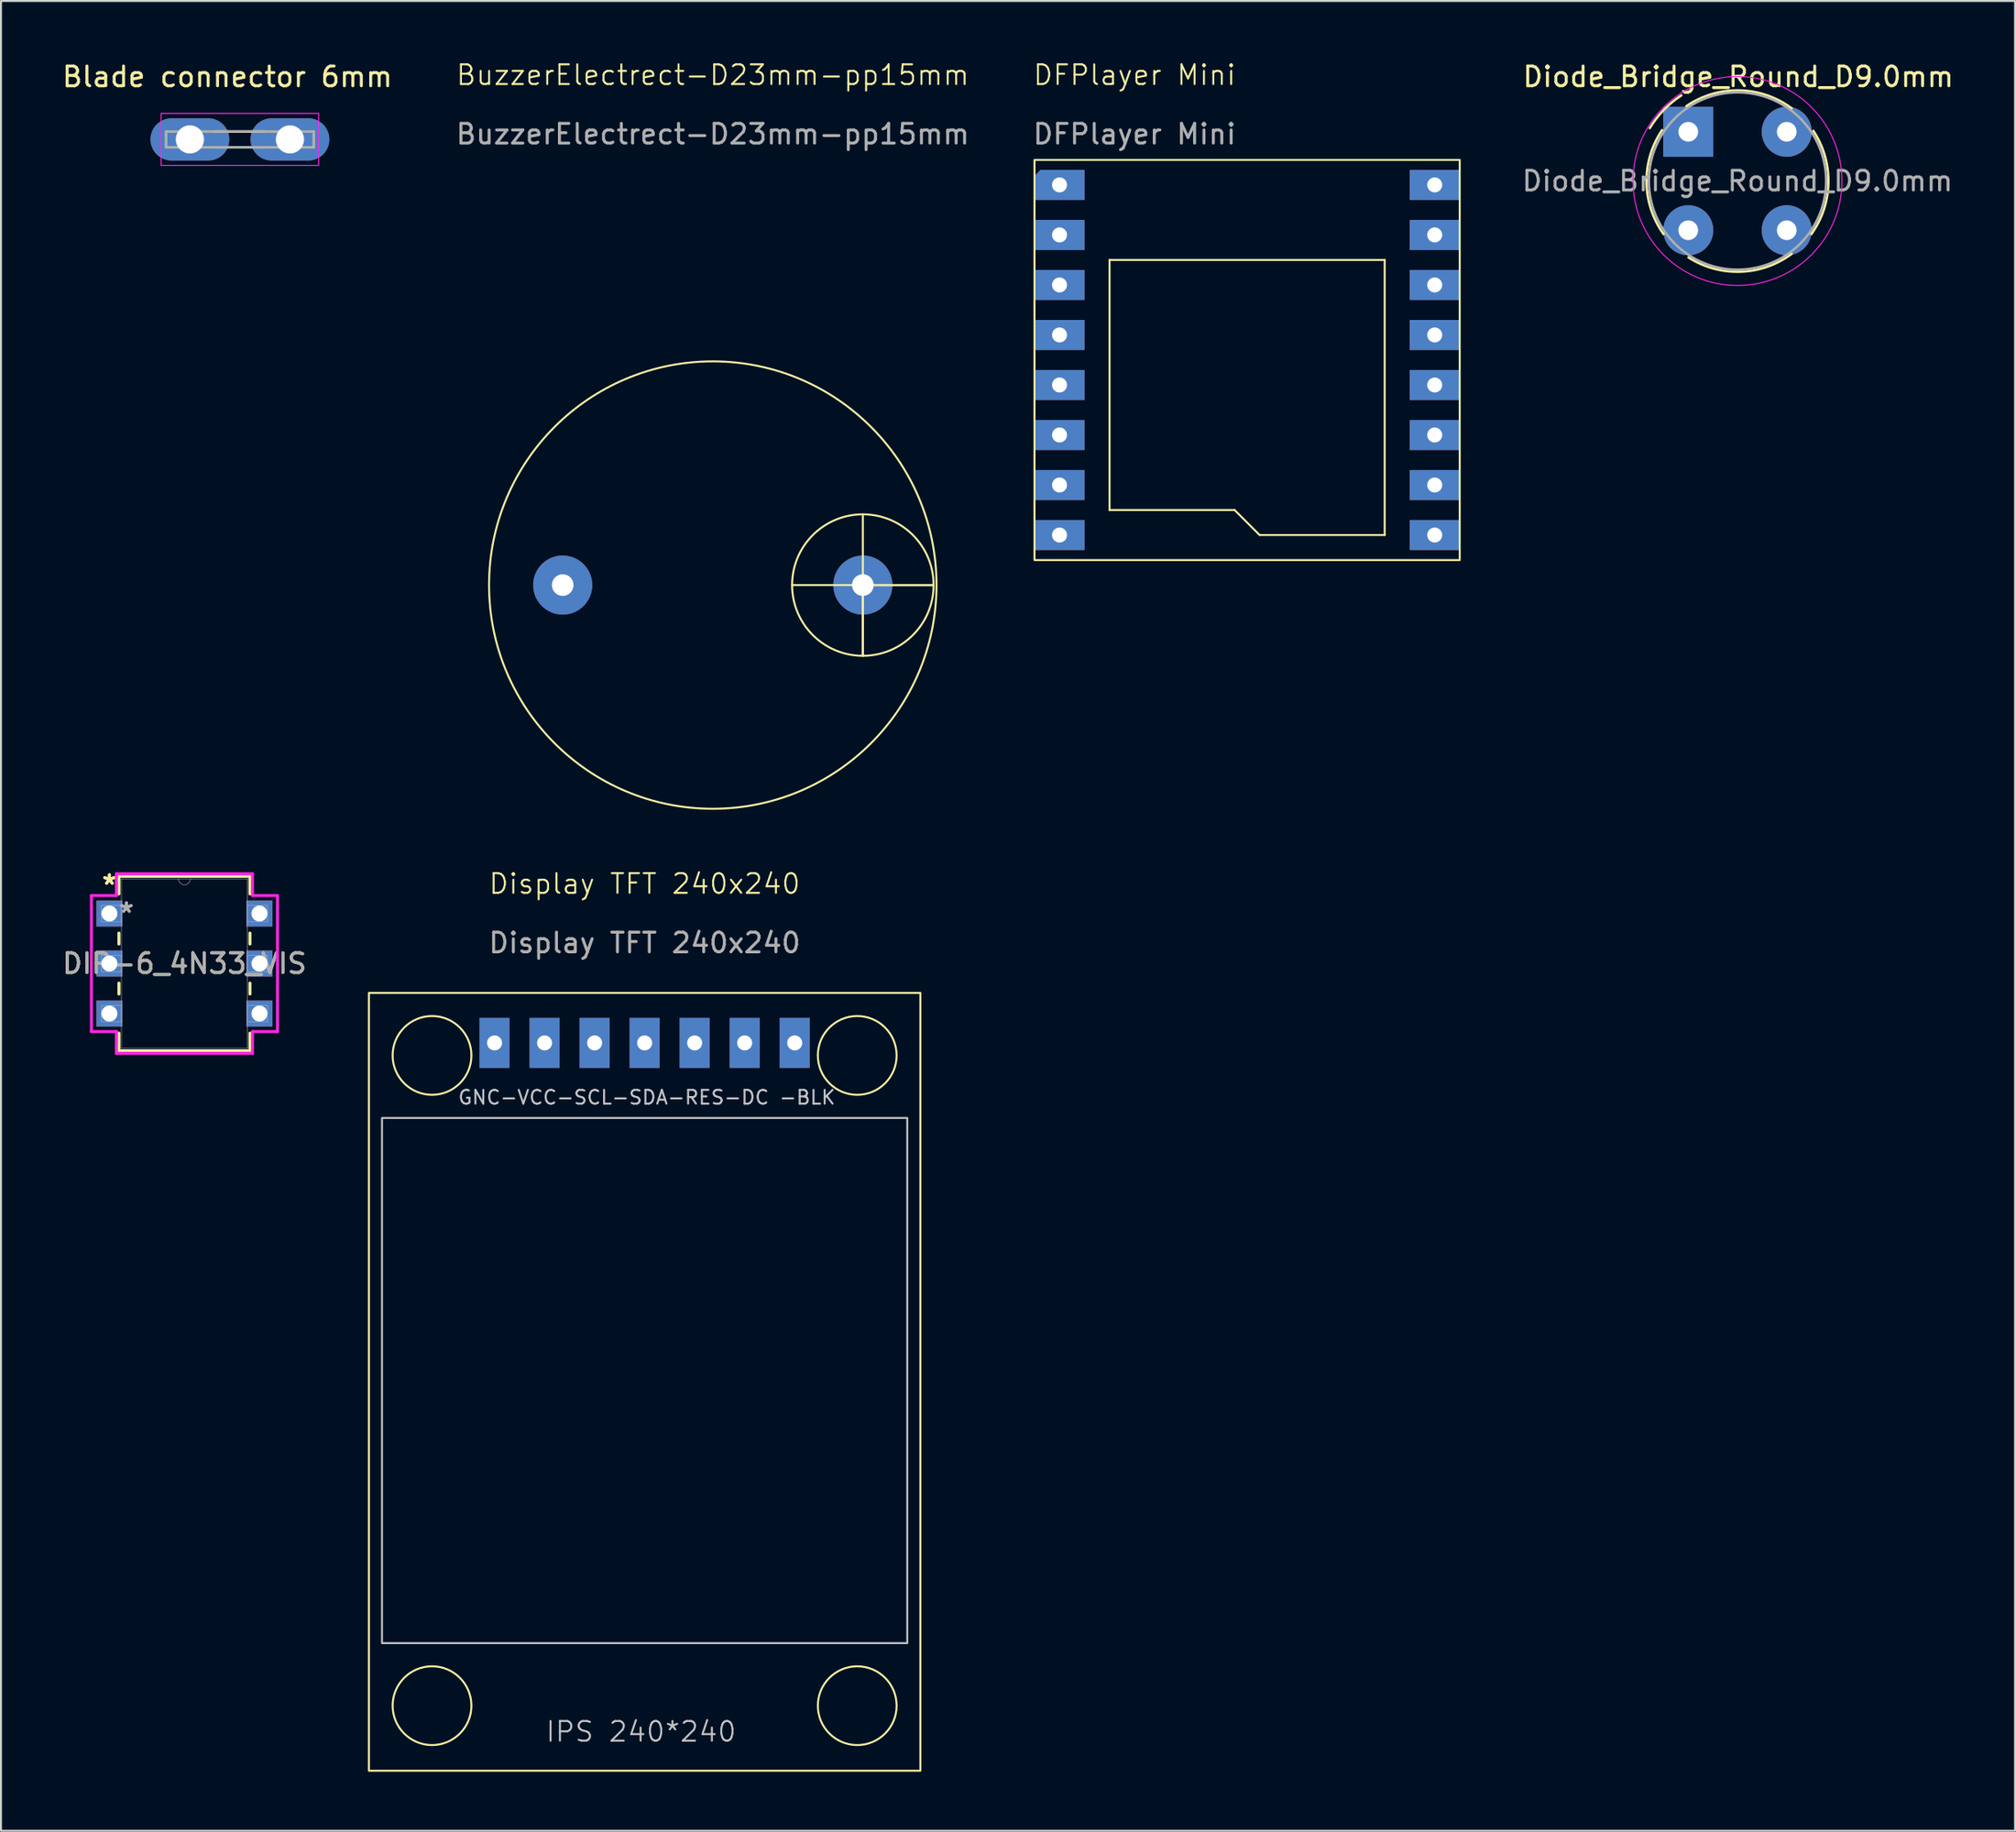
<source format=kicad_pcb>
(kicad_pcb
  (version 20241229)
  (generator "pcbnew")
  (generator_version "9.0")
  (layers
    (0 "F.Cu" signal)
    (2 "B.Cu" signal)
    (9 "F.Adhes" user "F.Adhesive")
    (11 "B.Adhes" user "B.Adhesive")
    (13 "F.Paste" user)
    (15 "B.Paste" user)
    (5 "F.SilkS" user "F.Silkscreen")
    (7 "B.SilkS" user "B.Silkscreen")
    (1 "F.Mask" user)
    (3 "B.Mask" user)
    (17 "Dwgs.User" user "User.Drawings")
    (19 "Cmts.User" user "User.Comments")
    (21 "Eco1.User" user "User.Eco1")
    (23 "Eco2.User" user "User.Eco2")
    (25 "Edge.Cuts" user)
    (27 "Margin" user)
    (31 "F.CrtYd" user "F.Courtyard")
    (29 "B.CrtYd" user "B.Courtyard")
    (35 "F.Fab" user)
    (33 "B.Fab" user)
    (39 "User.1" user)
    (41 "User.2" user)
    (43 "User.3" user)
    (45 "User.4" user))
  (footprint "DFPlayer Mini"
    (layer "F.Cu")
    (at 54.557 1.26)
    (property "Reference" "DFPlayer Mini" (at 0 -0.5 0) (unlocked yes) (layer "F.SilkS") (effects (font (size 1 1) (thickness 0.1))))
    (attr through_hole)
    (fp_line (start -1.27 8.89) (end 12.7 8.89) (stroke (width 0.1) (type default)) (layer "F.SilkS"))
    (fp_line (start -1.27 21.59) (end -1.27 8.89) (stroke (width 0.1) (type default)) (layer "F.SilkS"))
    (fp_line (start 5.08 21.59) (end -1.27 21.59) (stroke (width 0.1) (type default)) (layer "F.SilkS"))
    (fp_line (start 6.35 22.86) (end 5.08 21.59) (stroke (width 0.1) (type default)) (layer "F.SilkS"))
    (fp_line (start 12.7 8.89) (end 12.7 22.86) (stroke (width 0.1) (type default)) (layer "F.SilkS"))
    (fp_line (start 12.7 22.86) (end 6.35 22.86) (stroke (width 0.1) (type default)) (layer "F.SilkS"))
    (fp_rect (start -5.08 3.81) (end 16.51 24.13) (stroke (width 0.1) (type default)) (fill no) (layer "F.SilkS"))
    (fp_text user "${REFERENCE}" (at 0 2.5 0) (unlocked yes) (layer "F.Fab") (effects (font (size 1 1) (thickness 0.15))))
    (pad "1" thru_hole roundrect (at -3.81 5.08) (size 2.54 1.524) (drill 0.762) (layers "*.Cu" "*.Mask") (roundrect_rratio 0) (chamfer_ratio 0.2) (chamfer top_left))
    (pad "2" thru_hole rect (at -3.81 7.62) (size 2.54 1.524) (drill 0.762) (layers "*.Cu" "*.Mask"))
    (pad "3" thru_hole rect (at -3.81 10.16) (size 2.54 1.524) (drill 0.762) (layers "*.Cu" "*.Mask"))
    (pad "4" thru_hole rect (at -3.81 12.7) (size 2.54 1.524) (drill 0.762) (layers "*.Cu" "*.Mask"))
    (pad "5" thru_hole rect (at -3.81 15.24) (size 2.54 1.524) (drill 0.762) (layers "*.Cu" "*.Mask"))
    (pad "6" thru_hole rect (at -3.81 17.78) (size 2.54 1.524) (drill 0.762) (layers "*.Cu" "*.Mask"))
    (pad "7" thru_hole rect (at -3.81 20.32) (size 2.54 1.524) (drill 0.762) (layers "*.Cu" "*.Mask"))
    (pad "8" thru_hole rect (at -3.81 22.86) (size 2.54 1.524) (drill 0.762) (layers "*.Cu" "*.Mask"))
    (pad "9" thru_hole rect (at 15.24 22.86) (size 2.54 1.524) (drill 0.762) (layers "*.Cu" "*.Mask"))
    (pad "10" thru_hole rect (at 15.24 20.32) (size 2.54 1.524) (drill 0.762) (layers "*.Cu" "*.Mask"))
    (pad "11" thru_hole rect (at 15.24 17.78) (size 2.54 1.524) (drill 0.762) (layers "*.Cu" "*.Mask"))
    (pad "12" thru_hole rect (at 15.24 15.24) (size 2.54 1.524) (drill 0.762) (layers "*.Cu" "*.Mask"))
    (pad "13" thru_hole rect (at 15.24 12.7) (size 2.54 1.524) (drill 0.762) (layers "*.Cu" "*.Mask"))
    (pad "14" thru_hole rect (at 15.24 10.16) (size 2.54 1.524) (drill 0.762) (layers "*.Cu" "*.Mask"))
    (pad "15" thru_hole rect (at 15.24 7.62) (size 2.54 1.524) (drill 0.762) (layers "*.Cu" "*.Mask"))
    (pad "16" thru_hole rect (at 15.24 5.08) (size 2.54 1.524) (drill 0.762) (layers "*.Cu" "*.Mask")))
  (footprint "Display TFT 240x240"
    (layer "F.Cu")
    (at 29.681 47.37)
    (property "Reference" "Display TFT 240x240" (at 0 -5.54 0) (unlocked yes) (layer "F.SilkS") (effects (font (size 1 1) (thickness 0.1))))
    (attr through_hole)
    (fp_rect (start -14 0) (end 14 39.5) (stroke (width 0.1) (type default)) (fill no) (layer "F.SilkS"))
    (fp_circle (center -10.795 3.175) (end -8.795 3.175) (stroke (width 0.1) (type default)) (fill no) (layer "F.SilkS"))
    (fp_circle (center -10.795 36.195) (end -8.795 36.195) (stroke (width 0.1) (type default)) (fill no) (layer "F.SilkS"))
    (fp_circle (center 10.795 3.175) (end 12.795 3.175) (stroke (width 0.1) (type default)) (fill no) (layer "F.SilkS"))
    (fp_circle (center 10.795 36.195) (end 12.795 36.195) (stroke (width 0.1) (type default)) (fill no) (layer "F.SilkS"))
    (fp_rect (start -13.335 6.35) (end 13.335 33.02) (stroke (width 0.1) (type default)) (fill no) (layer "Dwgs.User"))
    (fp_text user "IPS 240*240" (at -5.08 38.1 0) (unlocked yes) (layer "Dwgs.User") (effects (font (size 1 1) (thickness 0.1)) (justify left bottom)))
    (fp_text user "GNC-VCC-SCL-SDA-RES-DC -BLK" (at -9.525 5.715 0) (unlocked yes) (layer "Dwgs.User") (effects (font (size 0.7 0.7) (thickness 0.1)) (justify left bottom)))
    (fp_text user "${REFERENCE}" (at 0 -2.54 0) (unlocked yes) (layer "F.Fab") (effects (font (size 1 1) (thickness 0.15))))
    (pad "1" thru_hole rect (at -7.62 2.54) (size 1.524 2.54) (drill 0.762) (layers "*.Cu" "*.Mask"))
    (pad "2" thru_hole rect (at -5.08 2.54) (size 1.524 2.54) (drill 0.762) (layers "*.Cu" "*.Mask"))
    (pad "3" thru_hole rect (at -2.54 2.54) (size 1.524 2.54) (drill 0.762) (layers "*.Cu" "*.Mask"))
    (pad "4" thru_hole rect (at 0 2.54) (size 1.524 2.54) (drill 0.762) (layers "*.Cu" "*.Mask"))
    (pad "5" thru_hole rect (at 2.54 2.54) (size 1.524 2.54) (drill 0.762) (layers "*.Cu" "*.Mask"))
    (pad "6" thru_hole rect (at 5.08 2.54) (size 1.524 2.54) (drill 0.762) (layers "*.Cu" "*.Mask"))
    (pad "7" thru_hole rect (at 7.62 2.54) (size 1.524 2.54) (drill 0.762) (layers "*.Cu" "*.Mask")))
  (footprint "DIP-6_4N33_VIS"
    (layer "F.Cu")
    (at 2.505 43.34)
    (property "Reference" "DIP-6_4N33_VIS" (at 3.81 2.54 0) (unlocked yes) (layer "F.SilkS") (effects (font (size 1 1) (thickness 0.15))))
    (attr through_hole)
    (fp_line (start 0.483 -1.892) (end 0.483 -0.993) (stroke (width 0.152) (type solid)) (layer "F.SilkS"))
    (fp_line (start 0.483 0.993) (end 0.483 1.547) (stroke (width 0.152) (type solid)) (layer "F.SilkS"))
    (fp_line (start 0.483 3.533) (end 0.483 4.087) (stroke (width 0.152) (type solid)) (layer "F.SilkS"))
    (fp_line (start 0.483 6.073) (end 0.483 6.972) (stroke (width 0.152) (type solid)) (layer "F.SilkS"))
    (fp_line (start 0.483 6.972) (end 7.137 6.972) (stroke (width 0.152) (type solid)) (layer "F.SilkS"))
    (fp_line (start 7.137 -1.892) (end 0.483 -1.892) (stroke (width 0.152) (type solid)) (layer "F.SilkS"))
    (fp_line (start 7.137 -0.993) (end 7.137 -1.892) (stroke (width 0.152) (type solid)) (layer "F.SilkS"))
    (fp_line (start 7.137 1.547) (end 7.137 0.993) (stroke (width 0.152) (type solid)) (layer "F.SilkS"))
    (fp_line (start 7.137 4.087) (end 7.137 3.533) (stroke (width 0.152) (type solid)) (layer "F.SilkS"))
    (fp_line (start 7.137 6.972) (end 7.137 6.073) (stroke (width 0.152) (type solid)) (layer "F.SilkS"))
    (fp_line (start -0.914 -0.914) (end 0.356 -0.914) (stroke (width 0.152) (type solid)) (layer "F.CrtYd"))
    (fp_line (start -0.914 5.994) (end -0.914 -0.914) (stroke (width 0.152) (type solid)) (layer "F.CrtYd"))
    (fp_line (start 0.356 -2.019) (end 7.264 -2.019) (stroke (width 0.152) (type solid)) (layer "F.CrtYd"))
    (fp_line (start 0.356 -0.914) (end 0.356 -2.019) (stroke (width 0.152) (type solid)) (layer "F.CrtYd"))
    (fp_line (start 0.356 5.994) (end -0.914 5.994) (stroke (width 0.152) (type solid)) (layer "F.CrtYd"))
    (fp_line (start 0.356 7.099) (end 0.356 5.994) (stroke (width 0.152) (type solid)) (layer "F.CrtYd"))
    (fp_line (start 7.264 -2.019) (end 7.264 -0.914) (stroke (width 0.152) (type solid)) (layer "F.CrtYd"))
    (fp_line (start 7.264 5.994) (end 7.264 7.099) (stroke (width 0.152) (type solid)) (layer "F.CrtYd"))
    (fp_line (start 7.264 7.099) (end 0.356 7.099) (stroke (width 0.152) (type solid)) (layer "F.CrtYd"))
    (fp_line (start 8.534 -0.914) (end 7.264 -0.914) (stroke (width 0.152) (type solid)) (layer "F.CrtYd"))
    (fp_line (start 8.534 -0.914) (end 8.534 5.994) (stroke (width 0.152) (type solid)) (layer "F.CrtYd"))
    (fp_line (start 8.534 5.994) (end 7.264 5.994) (stroke (width 0.152) (type solid)) (layer "F.CrtYd"))
    (fp_line (start -0.406 -0.406) (end -0.406 0.406) (stroke (width 0.025) (type solid)) (layer "F.Fab"))
    (fp_line (start -0.406 0.406) (end 0.61 0.406) (stroke (width 0.025) (type solid)) (layer "F.Fab"))
    (fp_line (start -0.406 2.134) (end -0.406 2.946) (stroke (width 0.025) (type solid)) (layer "F.Fab"))
    (fp_line (start -0.406 2.946) (end 0.61 2.946) (stroke (width 0.025) (type solid)) (layer "F.Fab"))
    (fp_line (start -0.406 4.674) (end -0.406 5.486) (stroke (width 0.025) (type solid)) (layer "F.Fab"))
    (fp_line (start -0.406 5.486) (end 0.61 5.486) (stroke (width 0.025) (type solid)) (layer "F.Fab"))
    (fp_line (start 0.61 -1.765) (end 0.61 6.845) (stroke (width 0.025) (type solid)) (layer "F.Fab"))
    (fp_line (start 0.61 -0.406) (end -0.406 -0.406) (stroke (width 0.025) (type solid)) (layer "F.Fab"))
    (fp_line (start 0.61 0.406) (end 0.61 -0.406) (stroke (width 0.025) (type solid)) (layer "F.Fab"))
    (fp_line (start 0.61 2.134) (end -0.406 2.134) (stroke (width 0.025) (type solid)) (layer "F.Fab"))
    (fp_line (start 0.61 2.946) (end 0.61 2.134) (stroke (width 0.025) (type solid)) (layer "F.Fab"))
    (fp_line (start 0.61 4.674) (end -0.406 4.674) (stroke (width 0.025) (type solid)) (layer "F.Fab"))
    (fp_line (start 0.61 5.486) (end 0.61 4.674) (stroke (width 0.025) (type solid)) (layer "F.Fab"))
    (fp_line (start 0.61 6.845) (end 7.01 6.845) (stroke (width 0.025) (type solid)) (layer "F.Fab"))
    (fp_line (start 7.01 -1.765) (end 0.61 -1.765) (stroke (width 0.025) (type solid)) (layer "F.Fab"))
    (fp_line (start 7.01 -0.406) (end 7.01 0.406) (stroke (width 0.025) (type solid)) (layer "F.Fab"))
    (fp_line (start 7.01 0.406) (end 8.026 0.406) (stroke (width 0.025) (type solid)) (layer "F.Fab"))
    (fp_line (start 7.01 2.134) (end 7.01 2.946) (stroke (width 0.025) (type solid)) (layer "F.Fab"))
    (fp_line (start 7.01 2.946) (end 8.026 2.946) (stroke (width 0.025) (type solid)) (layer "F.Fab"))
    (fp_line (start 7.01 4.674) (end 7.01 5.486) (stroke (width 0.025) (type solid)) (layer "F.Fab"))
    (fp_line (start 7.01 5.486) (end 8.026 5.486) (stroke (width 0.025) (type solid)) (layer "F.Fab"))
    (fp_line (start 7.01 6.845) (end 7.01 -1.765) (stroke (width 0.025) (type solid)) (layer "F.Fab"))
    (fp_line (start 8.026 -0.406) (end 7.01 -0.406) (stroke (width 0.025) (type solid)) (layer "F.Fab"))
    (fp_line (start 8.026 0.406) (end 8.026 -0.406) (stroke (width 0.025) (type solid)) (layer "F.Fab"))
    (fp_line (start 8.026 2.134) (end 7.01 2.134) (stroke (width 0.025) (type solid)) (layer "F.Fab"))
    (fp_line (start 8.026 2.946) (end 8.026 2.134) (stroke (width 0.025) (type solid)) (layer "F.Fab"))
    (fp_line (start 8.026 4.674) (end 7.01 4.674) (stroke (width 0.025) (type solid)) (layer "F.Fab"))
    (fp_line (start 8.026 5.486) (end 8.026 4.674) (stroke (width 0.025) (type solid)) (layer "F.Fab"))
    (fp_arc (start 4.1148 -1.7653) (mid 3.81 -1.4605) (end 3.5052 -1.7653) (stroke (width 0.0254) (type solid)) (layer "F.Fab"))
    (fp_text user "*" (at 0 -1.422 0) (unlocked yes) (layer "F.SilkS") (effects (font (size 1 1) (thickness 0.15))))
    (fp_text user "*" (at 0 -1.422 0) (layer "F.SilkS") (effects (font (size 1 1) (thickness 0.15))))
    (fp_text user "*" (at 0.864 0 0) (unlocked yes) (layer "F.Fab") (effects (font (size 1 1) (thickness 0.15))))
    (fp_text user "*" (at 0.864 0 0) (layer "F.Fab") (effects (font (size 1 1) (thickness 0.15))))
    (fp_text user "${REFERENCE}" (at 3.81 2.54 0) (unlocked yes) (layer "F.Fab") (effects (font (size 1 1) (thickness 0.15))))
    (pad "1" thru_hole rect (at 0 0) (size 1.321 1.321) (drill 0.813) (layers "*.Cu" "*.Mask"))
    (pad "2" thru_hole rect (at 0 2.54) (size 1.321 1.321) (drill 0.813) (layers "*.Cu" "*.Mask"))
    (pad "3" thru_hole rect (at 0 5.08) (size 1.321 1.321) (drill 0.813) (layers "*.Cu" "*.Mask"))
    (pad "4" thru_hole rect (at 7.62 5.08) (size 1.321 1.321) (drill 0.813) (layers "*.Cu" "*.Mask"))
    (pad "5" thru_hole rect (at 7.62 2.54) (size 1.321 1.321) (drill 0.813) (layers "*.Cu" "*.Mask"))
    (pad "6" thru_hole rect (at 7.62 0) (size 1.321 1.321) (drill 0.813) (layers "*.Cu" "*.Mask")))
  (footprint "Blade connector 6mm"
    (layer "F.Cu")
    (at 9.132 4.029)
    (property "Reference" "Blade connector 6mm" (at -0.636 -3.18 0) (layer "F.SilkS") (effects (font (size 1.002 1.002) (thickness 0.15))))
    (attr through_hole)
    (fp_line (start -3.75 -0.4) (end -3.75 0.4) (stroke (width 0.127) (type solid)) (layer "F.SilkS"))
    (fp_line (start -1.27 -0.4) (end 1.27 -0.4) (stroke (width 0.127) (type solid)) (layer "F.SilkS"))
    (fp_line (start -1.27 0.4) (end 1.27 0.4) (stroke (width 0.127) (type solid)) (layer "F.SilkS"))
    (fp_line (start 3.75 -0.4) (end 3.75 0.4) (stroke (width 0.127) (type solid)) (layer "F.SilkS"))
    (fp_line (start -4 -1.32) (end 4 -1.32) (stroke (width 0.05) (type solid)) (layer "F.CrtYd"))
    (fp_line (start -4 1.32) (end -4 -1.32) (stroke (width 0.05) (type solid)) (layer "F.CrtYd"))
    (fp_line (start 4 -1.32) (end 4 1.32) (stroke (width 0.05) (type solid)) (layer "F.CrtYd"))
    (fp_line (start 4 1.32) (end -4 1.32) (stroke (width 0.05) (type solid)) (layer "F.CrtYd"))
    (fp_line (start -3.75 -0.4) (end 3.75 -0.4) (stroke (width 0.127) (type solid)) (layer "F.Fab"))
    (fp_line (start -3.75 0.4) (end -3.75 -0.4) (stroke (width 0.127) (type solid)) (layer "F.Fab"))
    (fp_line (start 3.75 -0.4) (end 3.75 0.4) (stroke (width 0.127) (type solid)) (layer "F.Fab"))
    (fp_line (start 3.75 0.4) (end -3.75 0.4) (stroke (width 0.127) (type solid)) (layer "F.Fab"))
    (pad "1" thru_hole oval (at -2.54 0) (size 4 2.145) (drill 1.43) (layers "*.Cu" "*.Mask"))
    (pad "2" thru_hole oval (at 2.54 0) (size 4 2.145) (drill 1.43) (layers "*.Cu" "*.Mask")))
  (footprint "BuzzerElectrect-D23mm-pp15mm"
    (layer "F.Cu")
    (at 33.141 1.26)
    (property "Reference" "BuzzerElectrect-D23mm-pp15mm" (at 0 -0.5 0) (unlocked yes) (layer "F.SilkS") (effects (font (size 1 1) (thickness 0.1))))
    (attr through_hole)
    (fp_line (start 7.62 21.808) (end 7.62 28.992) (stroke (width 0.1) (type default)) (layer "F.SilkS"))
    (fp_line (start 7.62 25.4) (end 11.212 25.4) (stroke (width 0.1) (type default)) (layer "F.SilkS"))
    (fp_line (start 7.62 28.992) (end 7.62 25.4) (stroke (width 0.1) (type default)) (layer "F.SilkS"))
    (fp_line (start 11.212 25.4) (end 4.028 25.4) (stroke (width 0.1) (type default)) (layer "F.SilkS"))
    (fp_circle (center 0 25.4) (end 10.16 30.48) (stroke (width 0.1) (type default)) (fill no) (layer "F.SilkS"))
    (fp_circle (center 7.62 25.4) (end 10.16 27.94) (stroke (width 0.1) (type default)) (fill no) (layer "F.SilkS"))
    (fp_text user "${REFERENCE}" (at 0 2.5 0) (unlocked yes) (layer "F.Fab") (effects (font (size 1 1) (thickness 0.15))))
    (pad "1" thru_hole circle (at 7.62 25.4) (size 3 3) (drill 1.1) (layers "*.Cu" "*.Mask"))
    (pad "2" thru_hole circle (at -7.62 25.4) (size 3 3) (drill 1.1) (layers "*.Cu" "*.Mask")))
  (footprint "Diode_Bridge_Round_D9.0mm"
    (layer "F.Cu")
    (at 82.671 3.642)
    (property "Reference" "Diode_Bridge_Round_D9.0mm" (at 2.54 -2.794 0) (layer "F.SilkS") (effects (font (size 1 1) (thickness 0.15))))
    (attr through_hole)
    (fp_arc (start -1.954487 -0.183757) (mid -1.246061 -1.107219) (end -0.35 -1.85) (stroke (width 0.12) (type solid)) (layer "F.SilkS"))
    (fp_arc (start -1.25 5.2) (mid -2.120355 2.569427) (end -1.329431 -0.086109) (stroke (width 0.12) (type solid)) (layer "F.SilkS"))
    (fp_arc (start -0.1 -1.3) (mid 2.595106 -2.103363) (end 5.254731 -1.189371) (stroke (width 0.12) (type solid)) (layer "F.SilkS"))
    (fp_arc (start 5.25 6.2) (mid 2.657169 7.107363) (end 0.008533 6.3788) (stroke (width 0.12) (type solid)) (layer "F.SilkS"))
    (fp_arc (start 6.35 -0.05) (mid 7.117021 2.590098) (end 6.247584 5.198261) (stroke (width 0.12) (type solid)) (layer "F.SilkS"))
    (fp_circle (center 2.5 2.5) (end -1.3 -1.2) (stroke (width 0.05) (type solid)) (fill no) (layer "F.CrtYd"))
    (fp_arc (start -2 2.5) (mid 7 2.5) (end -2 2.5) (stroke (width 0.12) (type solid)) (layer "F.Fab"))
    (fp_text user "${REFERENCE}" (at 2.5 2.5 0) (layer "F.Fab") (effects (font (size 1 1) (thickness 0.15))))
    (pad "1" thru_hole rect (at 0 0) (size 2.54 2.54) (drill 1) (layers "*.Cu" "*.Mask"))
    (pad "2" thru_hole circle (at 0 5) (size 2.54 2.54) (drill 1) (layers "*.Cu" "*.Mask"))
    (pad "3" thru_hole circle (at 5 5) (size 2.54 2.54) (drill 1) (layers "*.Cu" "*.Mask"))
    (pad "4" thru_hole circle (at 5 0) (size 2.54 2.54) (drill 1) (layers "*.Cu" "*.Mask")))
  (gr_rect
    (start -3 -3)
    (end 99.264 89.92)
    (stroke (width 0.1) (type default))
    (fill no)
    (layer "Edge.Cuts")))
</source>
